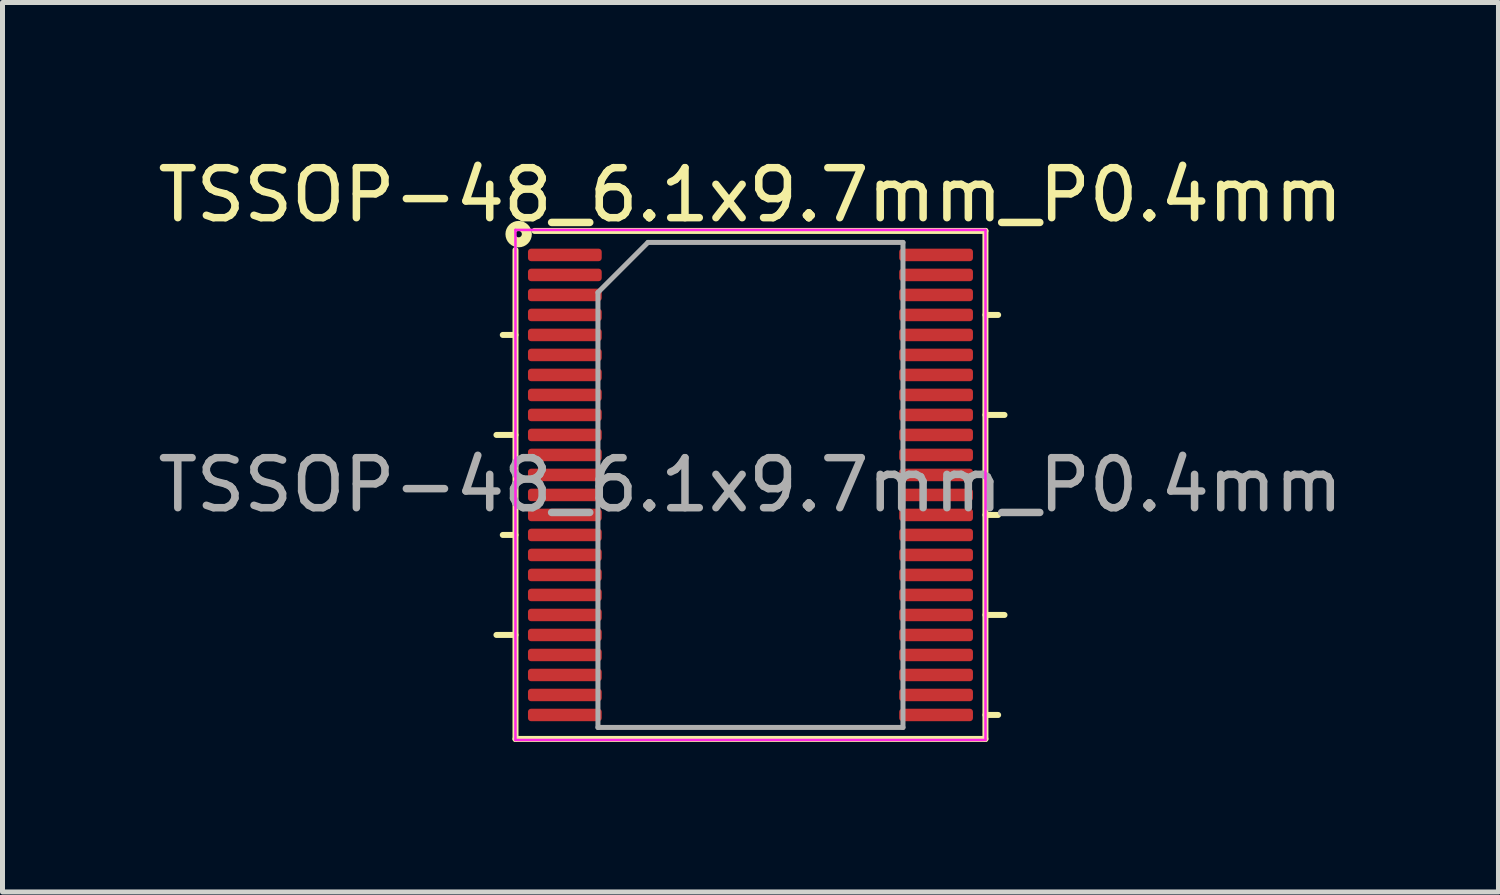
<source format=kicad_pcb>
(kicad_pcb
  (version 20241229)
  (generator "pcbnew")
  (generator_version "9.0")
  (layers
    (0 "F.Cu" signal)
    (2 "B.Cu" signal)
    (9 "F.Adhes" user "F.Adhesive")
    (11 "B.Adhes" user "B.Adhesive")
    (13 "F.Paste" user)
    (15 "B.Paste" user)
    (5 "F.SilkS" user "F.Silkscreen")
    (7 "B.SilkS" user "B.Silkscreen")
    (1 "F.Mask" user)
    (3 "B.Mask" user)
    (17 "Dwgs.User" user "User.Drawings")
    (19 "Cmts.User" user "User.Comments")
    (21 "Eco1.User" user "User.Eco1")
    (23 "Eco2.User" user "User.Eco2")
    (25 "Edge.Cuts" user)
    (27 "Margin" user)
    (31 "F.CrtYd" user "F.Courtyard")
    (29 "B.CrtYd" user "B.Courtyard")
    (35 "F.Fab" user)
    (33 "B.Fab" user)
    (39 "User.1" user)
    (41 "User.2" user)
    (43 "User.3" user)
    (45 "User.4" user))
  (footprint "TSSOP-48_6.1x9.7mm_P0.4mm"
    (layer "F.Cu")
    (at 11.958 6.648)
    (property "Reference" "TSSOP-48_6.1x9.7mm_P0.4mm" (at 0 -5.8 0) (layer "F.SilkS") (effects (font (size 1 1) (thickness 0.15))))
    (attr smd)
    (fp_line (start -5.08 -1) (end -4.699 -1) (stroke (width 0.12) (type solid)) (layer "F.SilkS"))
    (fp_line (start -5.08 3) (end -4.699 3) (stroke (width 0.12) (type solid)) (layer "F.SilkS"))
    (fp_line (start -4.953 -3) (end -4.699 -3) (stroke (width 0.12) (type solid)) (layer "F.SilkS"))
    (fp_line (start -4.953 1) (end -4.699 1) (stroke (width 0.12) (type solid)) (layer "F.SilkS"))
    (fp_line (start -4.699 -4.699) (end -4.699 5.08) (stroke (width 0.12) (type solid)) (layer "F.SilkS"))
    (fp_line (start -4.699 5.08) (end 4.699 5.08) (stroke (width 0.12) (type solid)) (layer "F.SilkS"))
    (fp_line (start 4.699 -5.08) (end -4.318 -5.08) (stroke (width 0.12) (type solid)) (layer "F.SilkS"))
    (fp_line (start 4.699 5.08) (end 4.699 -5.08) (stroke (width 0.12) (type solid)) (layer "F.SilkS"))
    (fp_line (start 4.953 -3.4) (end 4.699 -3.4) (stroke (width 0.12) (type solid)) (layer "F.SilkS"))
    (fp_line (start 4.953 0.6) (end 4.699 0.6) (stroke (width 0.12) (type solid)) (layer "F.SilkS"))
    (fp_line (start 4.953 4.6) (end 4.699 4.6) (stroke (width 0.12) (type solid)) (layer "F.SilkS"))
    (fp_line (start 5.08 -1.4) (end 4.699 -1.4) (stroke (width 0.12) (type solid)) (layer "F.SilkS"))
    (fp_line (start 5.08 2.6) (end 4.699 2.6) (stroke (width 0.12) (type solid)) (layer "F.SilkS"))
    (fp_circle (center -4.636 -5.016) (end -4.572 -5.016) (stroke (width 0.2) (type solid)) (fill no) (layer "F.SilkS"))
    (fp_line (start -4.7 -5.1) (end -4.7 5.1) (stroke (width 0.05) (type solid)) (layer "F.CrtYd"))
    (fp_line (start -4.7 5.1) (end 4.7 5.1) (stroke (width 0.05) (type solid)) (layer "F.CrtYd"))
    (fp_line (start 4.7 -5.1) (end -4.7 -5.1) (stroke (width 0.05) (type solid)) (layer "F.CrtYd"))
    (fp_line (start 4.7 5.1) (end 4.7 -5.1) (stroke (width 0.05) (type solid)) (layer "F.CrtYd"))
    (fp_line (start -3.05 -3.85) (end -2.05 -4.85) (stroke (width 0.1) (type solid)) (layer "F.Fab"))
    (fp_line (start -3.05 4.85) (end -3.05 -3.85) (stroke (width 0.1) (type solid)) (layer "F.Fab"))
    (fp_line (start -2.05 -4.85) (end 3.05 -4.85) (stroke (width 0.1) (type solid)) (layer "F.Fab"))
    (fp_line (start 3.05 -4.85) (end 3.05 4.85) (stroke (width 0.1) (type solid)) (layer "F.Fab"))
    (fp_line (start 3.05 4.85) (end -3.05 4.85) (stroke (width 0.1) (type solid)) (layer "F.Fab"))
    (fp_text user "${REFERENCE}" (at 0 0 0) (layer "F.Fab") (effects (font (size 1 1) (thickness 0.15))))
    (pad "1" smd roundrect (at -3.712 -4.6) (size 1.475 0.25) (layers "F.Cu" "F.Mask" "F.Paste") (roundrect_rratio 0.25))
    (pad "2" smd roundrect (at -3.712 -4.2) (size 1.475 0.25) (layers "F.Cu" "F.Mask" "F.Paste") (roundrect_rratio 0.25))
    (pad "3" smd roundrect (at -3.712 -3.8) (size 1.475 0.25) (layers "F.Cu" "F.Mask" "F.Paste") (roundrect_rratio 0.25))
    (pad "4" smd roundrect (at -3.712 -3.4) (size 1.475 0.25) (layers "F.Cu" "F.Mask" "F.Paste") (roundrect_rratio 0.25))
    (pad "5" smd roundrect (at -3.712 -3) (size 1.475 0.25) (layers "F.Cu" "F.Mask" "F.Paste") (roundrect_rratio 0.25))
    (pad "6" smd roundrect (at -3.712 -2.6) (size 1.475 0.25) (layers "F.Cu" "F.Mask" "F.Paste") (roundrect_rratio 0.25))
    (pad "7" smd roundrect (at -3.712 -2.2) (size 1.475 0.25) (layers "F.Cu" "F.Mask" "F.Paste") (roundrect_rratio 0.25))
    (pad "8" smd roundrect (at -3.712 -1.8) (size 1.475 0.25) (layers "F.Cu" "F.Mask" "F.Paste") (roundrect_rratio 0.25))
    (pad "9" smd roundrect (at -3.712 -1.4) (size 1.475 0.25) (layers "F.Cu" "F.Mask" "F.Paste") (roundrect_rratio 0.25))
    (pad "10" smd roundrect (at -3.712 -1) (size 1.475 0.25) (layers "F.Cu" "F.Mask" "F.Paste") (roundrect_rratio 0.25))
    (pad "11" smd roundrect (at -3.712 -0.6) (size 1.475 0.25) (layers "F.Cu" "F.Mask" "F.Paste") (roundrect_rratio 0.25))
    (pad "12" smd roundrect (at -3.712 -0.2) (size 1.475 0.25) (layers "F.Cu" "F.Mask" "F.Paste") (roundrect_rratio 0.25))
    (pad "13" smd roundrect (at -3.712 0.2) (size 1.475 0.25) (layers "F.Cu" "F.Mask" "F.Paste") (roundrect_rratio 0.25))
    (pad "14" smd roundrect (at -3.712 0.6) (size 1.475 0.25) (layers "F.Cu" "F.Mask" "F.Paste") (roundrect_rratio 0.25))
    (pad "15" smd roundrect (at -3.712 1) (size 1.475 0.25) (layers "F.Cu" "F.Mask" "F.Paste") (roundrect_rratio 0.25))
    (pad "16" smd roundrect (at -3.712 1.4) (size 1.475 0.25) (layers "F.Cu" "F.Mask" "F.Paste") (roundrect_rratio 0.25))
    (pad "17" smd roundrect (at -3.712 1.8) (size 1.475 0.25) (layers "F.Cu" "F.Mask" "F.Paste") (roundrect_rratio 0.25))
    (pad "18" smd roundrect (at -3.712 2.2) (size 1.475 0.25) (layers "F.Cu" "F.Mask" "F.Paste") (roundrect_rratio 0.25))
    (pad "19" smd roundrect (at -3.712 2.6) (size 1.475 0.25) (layers "F.Cu" "F.Mask" "F.Paste") (roundrect_rratio 0.25))
    (pad "20" smd roundrect (at -3.712 3) (size 1.475 0.25) (layers "F.Cu" "F.Mask" "F.Paste") (roundrect_rratio 0.25))
    (pad "21" smd roundrect (at -3.712 3.4) (size 1.475 0.25) (layers "F.Cu" "F.Mask" "F.Paste") (roundrect_rratio 0.25))
    (pad "22" smd roundrect (at -3.712 3.8) (size 1.475 0.25) (layers "F.Cu" "F.Mask" "F.Paste") (roundrect_rratio 0.25))
    (pad "23" smd roundrect (at -3.712 4.2) (size 1.475 0.25) (layers "F.Cu" "F.Mask" "F.Paste") (roundrect_rratio 0.25))
    (pad "24" smd roundrect (at -3.712 4.6) (size 1.475 0.25) (layers "F.Cu" "F.Mask" "F.Paste") (roundrect_rratio 0.25))
    (pad "25" smd roundrect (at 3.712 4.6) (size 1.475 0.25) (layers "F.Cu" "F.Mask" "F.Paste") (roundrect_rratio 0.25))
    (pad "26" smd roundrect (at 3.712 4.2) (size 1.475 0.25) (layers "F.Cu" "F.Mask" "F.Paste") (roundrect_rratio 0.25))
    (pad "27" smd roundrect (at 3.712 3.8) (size 1.475 0.25) (layers "F.Cu" "F.Mask" "F.Paste") (roundrect_rratio 0.25))
    (pad "28" smd roundrect (at 3.712 3.4) (size 1.475 0.25) (layers "F.Cu" "F.Mask" "F.Paste") (roundrect_rratio 0.25))
    (pad "29" smd roundrect (at 3.712 3) (size 1.475 0.25) (layers "F.Cu" "F.Mask" "F.Paste") (roundrect_rratio 0.25))
    (pad "30" smd roundrect (at 3.712 2.6) (size 1.475 0.25) (layers "F.Cu" "F.Mask" "F.Paste") (roundrect_rratio 0.25))
    (pad "31" smd roundrect (at 3.712 2.2) (size 1.475 0.25) (layers "F.Cu" "F.Mask" "F.Paste") (roundrect_rratio 0.25))
    (pad "32" smd roundrect (at 3.712 1.8) (size 1.475 0.25) (layers "F.Cu" "F.Mask" "F.Paste") (roundrect_rratio 0.25))
    (pad "33" smd roundrect (at 3.712 1.4) (size 1.475 0.25) (layers "F.Cu" "F.Mask" "F.Paste") (roundrect_rratio 0.25))
    (pad "34" smd roundrect (at 3.712 1) (size 1.475 0.25) (layers "F.Cu" "F.Mask" "F.Paste") (roundrect_rratio 0.25))
    (pad "35" smd roundrect (at 3.712 0.6) (size 1.475 0.25) (layers "F.Cu" "F.Mask" "F.Paste") (roundrect_rratio 0.25))
    (pad "36" smd roundrect (at 3.712 0.2) (size 1.475 0.25) (layers "F.Cu" "F.Mask" "F.Paste") (roundrect_rratio 0.25))
    (pad "37" smd roundrect (at 3.712 -0.2) (size 1.475 0.25) (layers "F.Cu" "F.Mask" "F.Paste") (roundrect_rratio 0.25))
    (pad "38" smd roundrect (at 3.712 -0.6) (size 1.475 0.25) (layers "F.Cu" "F.Mask" "F.Paste") (roundrect_rratio 0.25))
    (pad "39" smd roundrect (at 3.712 -1) (size 1.475 0.25) (layers "F.Cu" "F.Mask" "F.Paste") (roundrect_rratio 0.25))
    (pad "40" smd roundrect (at 3.712 -1.4) (size 1.475 0.25) (layers "F.Cu" "F.Mask" "F.Paste") (roundrect_rratio 0.25))
    (pad "41" smd roundrect (at 3.712 -1.8) (size 1.475 0.25) (layers "F.Cu" "F.Mask" "F.Paste") (roundrect_rratio 0.25))
    (pad "42" smd roundrect (at 3.712 -2.2) (size 1.475 0.25) (layers "F.Cu" "F.Mask" "F.Paste") (roundrect_rratio 0.25))
    (pad "43" smd roundrect (at 3.712 -2.6) (size 1.475 0.25) (layers "F.Cu" "F.Mask" "F.Paste") (roundrect_rratio 0.25))
    (pad "44" smd roundrect (at 3.712 -3) (size 1.475 0.25) (layers "F.Cu" "F.Mask" "F.Paste") (roundrect_rratio 0.25))
    (pad "45" smd roundrect (at 3.712 -3.4) (size 1.475 0.25) (layers "F.Cu" "F.Mask" "F.Paste") (roundrect_rratio 0.25))
    (pad "46" smd roundrect (at 3.712 -3.8) (size 1.475 0.25) (layers "F.Cu" "F.Mask" "F.Paste") (roundrect_rratio 0.25))
    (pad "47" smd roundrect (at 3.712 -4.2) (size 1.475 0.25) (layers "F.Cu" "F.Mask" "F.Paste") (roundrect_rratio 0.25))
    (pad "48" smd roundrect (at 3.712 -4.6) (size 1.475 0.25) (layers "F.Cu" "F.Mask" "F.Paste") (roundrect_rratio 0.25)))
  (gr_rect
    (start -3 -3)
    (end 26.917 14.788)
    (stroke (width 0.1) (type default))
    (fill no)
    (layer "Edge.Cuts")))
</source>
